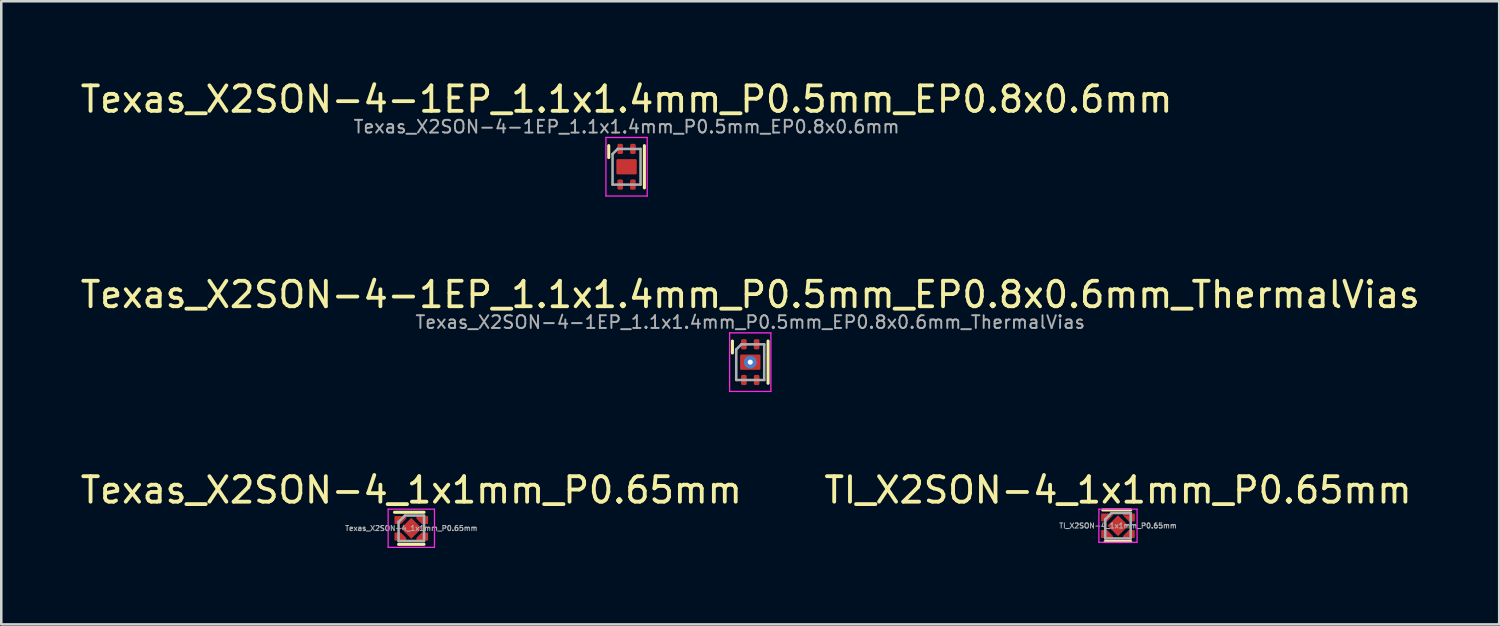
<source format=kicad_pcb>
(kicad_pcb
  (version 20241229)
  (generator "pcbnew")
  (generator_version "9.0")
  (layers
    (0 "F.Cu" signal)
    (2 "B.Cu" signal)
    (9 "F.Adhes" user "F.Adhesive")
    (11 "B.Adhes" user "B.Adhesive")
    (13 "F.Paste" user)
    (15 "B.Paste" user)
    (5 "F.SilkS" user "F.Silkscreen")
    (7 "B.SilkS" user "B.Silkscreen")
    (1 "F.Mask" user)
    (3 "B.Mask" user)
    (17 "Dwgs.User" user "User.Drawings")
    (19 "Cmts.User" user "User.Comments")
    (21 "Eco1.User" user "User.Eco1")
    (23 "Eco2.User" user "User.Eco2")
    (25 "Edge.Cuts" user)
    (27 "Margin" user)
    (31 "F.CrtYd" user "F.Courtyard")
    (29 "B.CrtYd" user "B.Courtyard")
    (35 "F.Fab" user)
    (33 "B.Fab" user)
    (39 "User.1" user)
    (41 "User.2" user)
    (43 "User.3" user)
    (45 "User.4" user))
  (footprint "Texas_X2SON-4-1EP_1.1x1.4mm_P0.5mm_EP0.8x0.6mm_ThermalVias"
    (layer "F.Cu")
    (at 26.411 11.171)
    (property "Reference" "Texas_X2SON-4-1EP_1.1x1.4mm_P0.5mm_EP0.8x0.6mm_ThermalVias" (at 0 -2.65 0) (layer "F.SilkS") (effects (font (size 1 1) (thickness 0.15))))
    (attr smd)
    (fp_line (start -0.7 -0.83) (end -0.7 -0.36) (stroke (width 0.12) (type solid)) (layer "F.SilkS"))
    (fp_line (start 0.7 -0.83) (end 0.7 0.83) (stroke (width 0.12) (type solid)) (layer "F.SilkS"))
    (fp_line (start -0.81 -1.15) (end 0.81 -1.15) (stroke (width 0.05) (type solid)) (layer "F.CrtYd"))
    (fp_line (start -0.81 1.15) (end -0.81 -1.15) (stroke (width 0.05) (type solid)) (layer "F.CrtYd"))
    (fp_line (start 0.81 -1.15) (end 0.81 1.15) (stroke (width 0.05) (type solid)) (layer "F.CrtYd"))
    (fp_line (start 0.81 1.15) (end -0.81 1.15) (stroke (width 0.05) (type solid)) (layer "F.CrtYd"))
    (fp_line (start -0.55 -0.5) (end -0.35 -0.7) (stroke (width 0.1) (type solid)) (layer "F.Fab"))
    (fp_line (start -0.55 0.7) (end -0.55 -0.5) (stroke (width 0.1) (type solid)) (layer "F.Fab"))
    (fp_line (start -0.35 -0.7) (end 0.55 -0.7) (stroke (width 0.1) (type solid)) (layer "F.Fab"))
    (fp_line (start 0.55 -0.7) (end 0.55 0.7) (stroke (width 0.1) (type solid)) (layer "F.Fab"))
    (fp_line (start 0.55 0.7) (end -0.55 0.7) (stroke (width 0.1) (type solid)) (layer "F.Fab"))
    (fp_text user "${REFERENCE}" (at 0 -1.57 0) (layer "F.Fab") (effects (font (size 0.5 0.5) (thickness 0.075))))
    (pad "1" smd roundrect (at -0.25 -0.7) (size 0.22 0.4) (layers "F.Cu" "F.Mask" "F.Paste") (roundrect_rratio 0.25))
    (pad "2" smd roundrect (at -0.25 0.7) (size 0.22 0.4) (layers "F.Cu" "F.Mask" "F.Paste") (roundrect_rratio 0.25))
    (pad "3" smd roundrect (at 0.25 0.7) (size 0.22 0.4) (layers "F.Cu" "F.Mask" "F.Paste") (roundrect_rratio 0.25))
    (pad "4" smd roundrect (at 0.25 -0.7) (size 0.22 0.4) (layers "F.Cu" "F.Mask" "F.Paste") (roundrect_rratio 0.25))
    (pad "5" thru_hole circle (at 0 0) (size 0.5 0.5) (drill 0.2) (layers "*.Cu" "*.Mask"))
    (pad "5" smd roundrect (at 0 0) (size 0.8 0.6) (layers "F.Cu" "F.Mask" "F.Paste") (roundrect_rratio 0.084)))
  (footprint "TI_X2SON-4_1x1mm_P0.65mm"
    (layer "F.Cu")
    (at 40.851 17.595)
    (property "Reference" "TI_X2SON-4_1x1mm_P0.65mm" (at 0 -1.4 0) (layer "F.SilkS") (effects (font (size 1 1) (thickness 0.15))))
    (attr smd)
    (fp_line (start 0.5 -0.62) (end -0.6 -0.62) (stroke (width 0.12) (type solid)) (layer "F.SilkS"))
    (fp_line (start 0.5 0.62) (end -0.5 0.62) (stroke (width 0.12) (type solid)) (layer "F.SilkS"))
    (fp_line (start -0.75 -0.65) (end 0.75 -0.65) (stroke (width 0.05) (type solid)) (layer "F.CrtYd"))
    (fp_line (start -0.75 0.65) (end -0.75 -0.65) (stroke (width 0.05) (type solid)) (layer "F.CrtYd"))
    (fp_line (start 0.75 -0.65) (end 0.75 0.65) (stroke (width 0.05) (type solid)) (layer "F.CrtYd"))
    (fp_line (start 0.75 0.65) (end -0.75 0.65) (stroke (width 0.05) (type solid)) (layer "F.CrtYd"))
    (fp_line (start -0.5 0.5) (end -0.5 -0.25) (stroke (width 0.1) (type solid)) (layer "F.Fab"))
    (fp_line (start -0.25 -0.5) (end -0.5 -0.25) (stroke (width 0.1) (type solid)) (layer "F.Fab"))
    (fp_line (start -0.25 -0.5) (end 0.5 -0.5) (stroke (width 0.1) (type solid)) (layer "F.Fab"))
    (fp_line (start 0.5 -0.5) (end 0.5 0.5) (stroke (width 0.1) (type solid)) (layer "F.Fab"))
    (fp_line (start 0.5 0.5) (end -0.5 0.5) (stroke (width 0.1) (type solid)) (layer "F.Fab"))
    (fp_text user "${REFERENCE}" (at 0 0 0) (layer "F.Fab") (effects (font (size 0.2 0.2) (thickness 0.04))))
    (pad "" smd rect (at -0.55 -0.325) (size 0.2 0.21) (layers "F.Paste"))
    (pad "" smd rect (at -0.55 0.325) (size 0.2 0.21) (layers "F.Paste"))
    (pad "" smd rect (at -0.52 -0.325) (size 0.18 0.21) (layers "F.Mask"))
    (pad "" smd rect (at -0.52 0.325) (size 0.18 0.21) (layers "F.Mask"))
    (pad "" smd trapezoid (at -0.45 -0.31 180) (size 0.2 0.18) (rect_delta 0 0.2) (layers "F.Paste"))
    (pad "" smd trapezoid (at -0.45 0.31) (size 0.2 0.18) (rect_delta 0 0.2) (layers "F.Paste"))
    (pad "" smd trapezoid (at -0.43 -0.31 180) (size 0.18 0.18) (rect_delta 0 0.18) (layers "F.Mask"))
    (pad "" smd trapezoid (at -0.43 0.31) (size 0.18 0.18) (rect_delta 0 0.18) (layers "F.Mask"))
    (pad "" smd rect (at -0.35 -0.415) (size 0.2 0.03) (layers "F.Paste"))
    (pad "" smd rect (at -0.35 0.415) (size 0.2 0.03) (layers "F.Paste"))
    (pad "" smd rect (at -0.34 -0.415) (size 0.18 0.03) (layers "F.Mask"))
    (pad "" smd rect (at -0.34 0.415) (size 0.18 0.03) (layers "F.Mask"))
    (pad "" smd rect (at 0 0 45) (size 0.45 0.45) (layers "F.Paste"))
    (pad "" smd rect (at 0 0 45) (size 0.48 0.48) (layers "F.Mask"))
    (pad "" smd rect (at 0.34 -0.415) (size 0.18 0.03) (layers "F.Mask"))
    (pad "" smd rect (at 0.34 0.415) (size 0.18 0.03) (layers "F.Mask"))
    (pad "" smd rect (at 0.35 -0.415) (size 0.2 0.03) (layers "F.Paste"))
    (pad "" smd rect (at 0.35 0.415) (size 0.2 0.03) (layers "F.Paste"))
    (pad "" smd trapezoid (at 0.43 -0.31 180) (size 0.18 0.18) (rect_delta 0 0.18) (layers "F.Mask"))
    (pad "" smd trapezoid (at 0.43 0.31) (size 0.18 0.18) (rect_delta 0 0.18) (layers "F.Mask"))
    (pad "" smd trapezoid (at 0.45 -0.31 180) (size 0.2 0.18) (rect_delta 0 0.2) (layers "F.Paste"))
    (pad "" smd trapezoid (at 0.45 0.31) (size 0.2 0.18) (rect_delta 0 0.2) (layers "F.Paste"))
    (pad "" smd rect (at 0.52 -0.325) (size 0.18 0.21) (layers "F.Mask"))
    (pad "" smd rect (at 0.52 0.325) (size 0.18 0.21) (layers "F.Mask"))
    (pad "" smd rect (at 0.55 -0.325) (size 0.2 0.21) (layers "F.Paste"))
    (pad "" smd rect (at 0.55 0.325) (size 0.2 0.21) (layers "F.Paste"))
    (pad "1" smd rect (at -0.545 -0.325) (size 0.23 0.31) (layers "F.Cu"))
    (pad "1" smd trapezoid (at -0.43 -0.285 180) (size 0.23 0.23) (rect_delta 0 0.23) (layers "F.Cu"))
    (pad "1" smd rect (at -0.315 -0.44) (size 0.23 0.08) (layers "F.Cu"))
    (pad "2" smd rect (at -0.545 0.325) (size 0.23 0.31) (layers "F.Cu"))
    (pad "2" smd trapezoid (at -0.43 0.285) (size 0.23 0.23) (rect_delta 0 0.23) (layers "F.Cu"))
    (pad "2" smd rect (at -0.315 0.44) (size 0.23 0.08) (layers "F.Cu"))
    (pad "3" smd rect (at 0.315 0.44) (size 0.23 0.08) (layers "F.Cu"))
    (pad "3" smd trapezoid (at 0.43 0.285) (size 0.23 0.23) (rect_delta 0 0.23) (layers "F.Cu"))
    (pad "3" smd rect (at 0.545 0.325) (size 0.23 0.31) (layers "F.Cu"))
    (pad "4" smd rect (at 0.315 -0.44) (size 0.23 0.08) (layers "F.Cu"))
    (pad "4" smd trapezoid (at 0.43 -0.285 180) (size 0.23 0.23) (rect_delta 0 0.23) (layers "F.Cu"))
    (pad "4" smd rect (at 0.545 -0.325) (size 0.23 0.31) (layers "F.Cu"))
    (pad "5" smd rect (at 0 0 45) (size 0.58 0.58) (layers "F.Cu")))
  (footprint "Texas_X2SON-4-1EP_1.1x1.4mm_P0.5mm_EP0.8x0.6mm"
    (layer "F.Cu")
    (at 21.554 3.498)
    (property "Reference" "Texas_X2SON-4-1EP_1.1x1.4mm_P0.5mm_EP0.8x0.6mm" (at 0 -2.65 0) (layer "F.SilkS") (effects (font (size 1 1) (thickness 0.15))))
    (attr smd)
    (fp_line (start -0.7 -0.83) (end -0.7 -0.36) (stroke (width 0.12) (type solid)) (layer "F.SilkS"))
    (fp_line (start 0.7 -0.83) (end 0.7 0.83) (stroke (width 0.12) (type solid)) (layer "F.SilkS"))
    (fp_line (start -0.81 -1.15) (end 0.81 -1.15) (stroke (width 0.05) (type solid)) (layer "F.CrtYd"))
    (fp_line (start -0.81 1.15) (end -0.81 -1.15) (stroke (width 0.05) (type solid)) (layer "F.CrtYd"))
    (fp_line (start 0.81 -1.15) (end 0.81 1.15) (stroke (width 0.05) (type solid)) (layer "F.CrtYd"))
    (fp_line (start 0.81 1.15) (end -0.81 1.15) (stroke (width 0.05) (type solid)) (layer "F.CrtYd"))
    (fp_line (start -0.55 -0.5) (end -0.35 -0.7) (stroke (width 0.1) (type solid)) (layer "F.Fab"))
    (fp_line (start -0.55 0.7) (end -0.55 -0.5) (stroke (width 0.1) (type solid)) (layer "F.Fab"))
    (fp_line (start -0.35 -0.7) (end 0.55 -0.7) (stroke (width 0.1) (type solid)) (layer "F.Fab"))
    (fp_line (start 0.55 -0.7) (end 0.55 0.7) (stroke (width 0.1) (type solid)) (layer "F.Fab"))
    (fp_line (start 0.55 0.7) (end -0.55 0.7) (stroke (width 0.1) (type solid)) (layer "F.Fab"))
    (fp_text user "${REFERENCE}" (at 0 -1.57 0) (layer "F.Fab") (effects (font (size 0.5 0.5) (thickness 0.075))))
    (pad "1" smd roundrect (at -0.25 -0.7) (size 0.22 0.4) (layers "F.Cu" "F.Mask" "F.Paste") (roundrect_rratio 0.25))
    (pad "2" smd roundrect (at -0.25 0.7) (size 0.22 0.4) (layers "F.Cu" "F.Mask" "F.Paste") (roundrect_rratio 0.25))
    (pad "3" smd roundrect (at 0.25 0.7) (size 0.22 0.4) (layers "F.Cu" "F.Mask" "F.Paste") (roundrect_rratio 0.25))
    (pad "4" smd roundrect (at 0.25 -0.7) (size 0.22 0.4) (layers "F.Cu" "F.Mask" "F.Paste") (roundrect_rratio 0.25))
    (pad "5" smd roundrect (at 0 0) (size 0.8 0.6) (layers "F.Cu" "F.Mask" "F.Paste") (roundrect_rratio 0.084)))
  (footprint "Texas_X2SON-4_1x1mm_P0.65mm"
    (layer "F.Cu")
    (at 13.101 17.695)
    (property "Reference" "Texas_X2SON-4_1x1mm_P0.65mm" (at 0 -1.5 0) (layer "F.SilkS") (effects (font (size 1 1) (thickness 0.15))))
    (attr smd)
    (fp_line (start -0.66 -0.63) (end 0.5 -0.63) (stroke (width 0.12) (type solid)) (layer "F.SilkS"))
    (fp_line (start -0.5 0.63) (end 0.5 0.63) (stroke (width 0.12) (type solid)) (layer "F.SilkS"))
    (fp_line (start -0.91 -0.75) (end 0.91 -0.75) (stroke (width 0.05) (type solid)) (layer "F.CrtYd"))
    (fp_line (start -0.91 0.75) (end -0.91 -0.75) (stroke (width 0.05) (type solid)) (layer "F.CrtYd"))
    (fp_line (start 0.91 -0.75) (end 0.91 0.75) (stroke (width 0.05) (type solid)) (layer "F.CrtYd"))
    (fp_line (start 0.91 0.75) (end -0.91 0.75) (stroke (width 0.05) (type solid)) (layer "F.CrtYd"))
    (fp_line (start -0.5 -0.25) (end -0.25 -0.5) (stroke (width 0.1) (type solid)) (layer "F.Fab"))
    (fp_line (start -0.5 0.5) (end -0.5 -0.25) (stroke (width 0.1) (type solid)) (layer "F.Fab"))
    (fp_line (start -0.25 -0.5) (end 0.5 -0.5) (stroke (width 0.1) (type solid)) (layer "F.Fab"))
    (fp_line (start 0.5 -0.5) (end 0.5 0.5) (stroke (width 0.1) (type solid)) (layer "F.Fab"))
    (fp_line (start 0.5 0.5) (end -0.5 0.5) (stroke (width 0.1) (type solid)) (layer "F.Fab"))
    (fp_text user "${REFERENCE}" (at 0 0 0) (layer "F.Fab") (effects (font (size 0.2 0.2) (thickness 0.04))))
    (pad "" smd custom (at -0.43 -0.325) (size 0.148 0.148) (layers "F.Mask") (options (anchor circle)) (primitives (gr_poly (pts (xy 0.18 -0.105) (xy 0.18 -0.075) (xy 0 0.105) (xy 0.18 -0.075) (xy 0 0.105) (xy -0.18 0.105) (xy -0.18 -0.105)) (width 0) (fill yes))))
    (pad "" smd custom (at -0.43 -0.325) (size 0.148 0.148) (layers "F.Paste") (options (anchor circle)) (primitives (gr_poly (pts (xy 0 0.105) (xy 0.18 -0.075) (xy 0.18 -0.105) (xy -0.22 -0.105) (xy -0.22 0.105)) (width 0) (fill yes))))
    (pad "" smd custom (at -0.43 0.325) (size 0.148 0.148) (layers "F.Mask") (options (anchor circle)) (primitives (gr_poly (pts (xy 0.18 0.105) (xy 0.18 0.075) (xy 0 -0.105) (xy 0.18 0.075) (xy 0 -0.105) (xy -0.18 -0.105) (xy -0.18 0.105)) (width 0) (fill yes))))
    (pad "" smd custom (at -0.43 0.325) (size 0.148 0.148) (layers "F.Paste") (options (anchor circle)) (primitives (gr_poly (pts (xy 0.18 0.075) (xy 0.18 0.105) (xy -0.22 0.105) (xy -0.22 -0.105) (xy 0 -0.105)) (width 0) (fill yes))))
    (pad "" smd custom (at 0.43 -0.325) (size 0.148 0.148) (layers "F.Mask") (options (anchor circle)) (primitives (gr_poly (pts (xy -0.18 -0.105) (xy -0.18 -0.075) (xy 0 0.105) (xy -0.18 -0.075) (xy 0 0.105) (xy 0.18 0.105) (xy 0.18 -0.105)) (width 0) (fill yes))))
    (pad "" smd custom (at 0.43 -0.325) (size 0.148 0.148) (layers "F.Paste") (options (anchor circle)) (primitives (gr_poly (pts (xy 0.22 -0.105) (xy 0.22 0.105) (xy 0 0.105) (xy -0.18 -0.075) (xy -0.18 -0.105)) (width 0) (fill yes))))
    (pad "" smd custom (at 0.43 0.325) (size 0.148 0.148) (layers "F.Mask") (options (anchor circle)) (primitives (gr_poly (pts (xy -0.18 0.105) (xy -0.18 0.075) (xy 0 -0.105) (xy -0.18 0.075) (xy 0 -0.105) (xy 0.18 -0.105) (xy 0.18 0.105)) (width 0) (fill yes))))
    (pad "" smd custom (at 0.43 0.325) (size 0.148 0.148) (layers "F.Paste") (options (anchor circle)) (primitives (gr_poly (pts (xy 0 -0.105) (xy -0.18 0.075) (xy -0.18 0.105) (xy 0.22 0.105) (xy 0.22 -0.105)) (width 0) (fill yes))))
    (pad "1" smd custom (at -0.43 -0.325) (size 0.148 0.148) (layers "F.Cu") (options (anchor circle)) (primitives (gr_poly (pts (xy 0.23 -0.155) (xy -0.23 -0.155) (xy -0.23 0.155) (xy 0.021 0.155) (xy 0.23 -0.054)) (width 0) (fill yes))))
    (pad "2" smd custom (at -0.43 0.325) (size 0.148 0.148) (layers "F.Cu") (options (anchor circle)) (primitives (gr_poly (pts (xy 0.23 0.054) (xy 0.23 0.155) (xy -0.23 0.155) (xy -0.23 -0.155) (xy 0.021 -0.155)) (width 0) (fill yes))))
    (pad "3" smd custom (at 0.43 0.325) (size 0.148 0.148) (layers "F.Cu") (options (anchor circle)) (primitives (gr_poly (pts (xy 0.23 0.155) (xy 0.23 -0.155) (xy -0.021 -0.155) (xy -0.23 0.054) (xy -0.23 0.155)) (width 0) (fill yes))))
    (pad "4" smd custom (at 0.43 -0.325) (size 0.148 0.148) (layers "F.Cu") (options (anchor circle)) (primitives (gr_poly (pts (xy -0.23 -0.155) (xy 0.23 -0.155) (xy 0.23 0.155) (xy -0.021 0.155) (xy -0.23 -0.054)) (width 0) (fill yes))))
    (pad "5" smd rect (at 0 0 45) (size 0.58 0.58) (layers "F.Cu" "F.Mask" "F.Paste")))
  (gr_rect
    (start -3 -3)
    (end 55.821 21.47)
    (stroke (width 0.1) (type default))
    (fill no)
    (layer "Edge.Cuts")))
</source>
